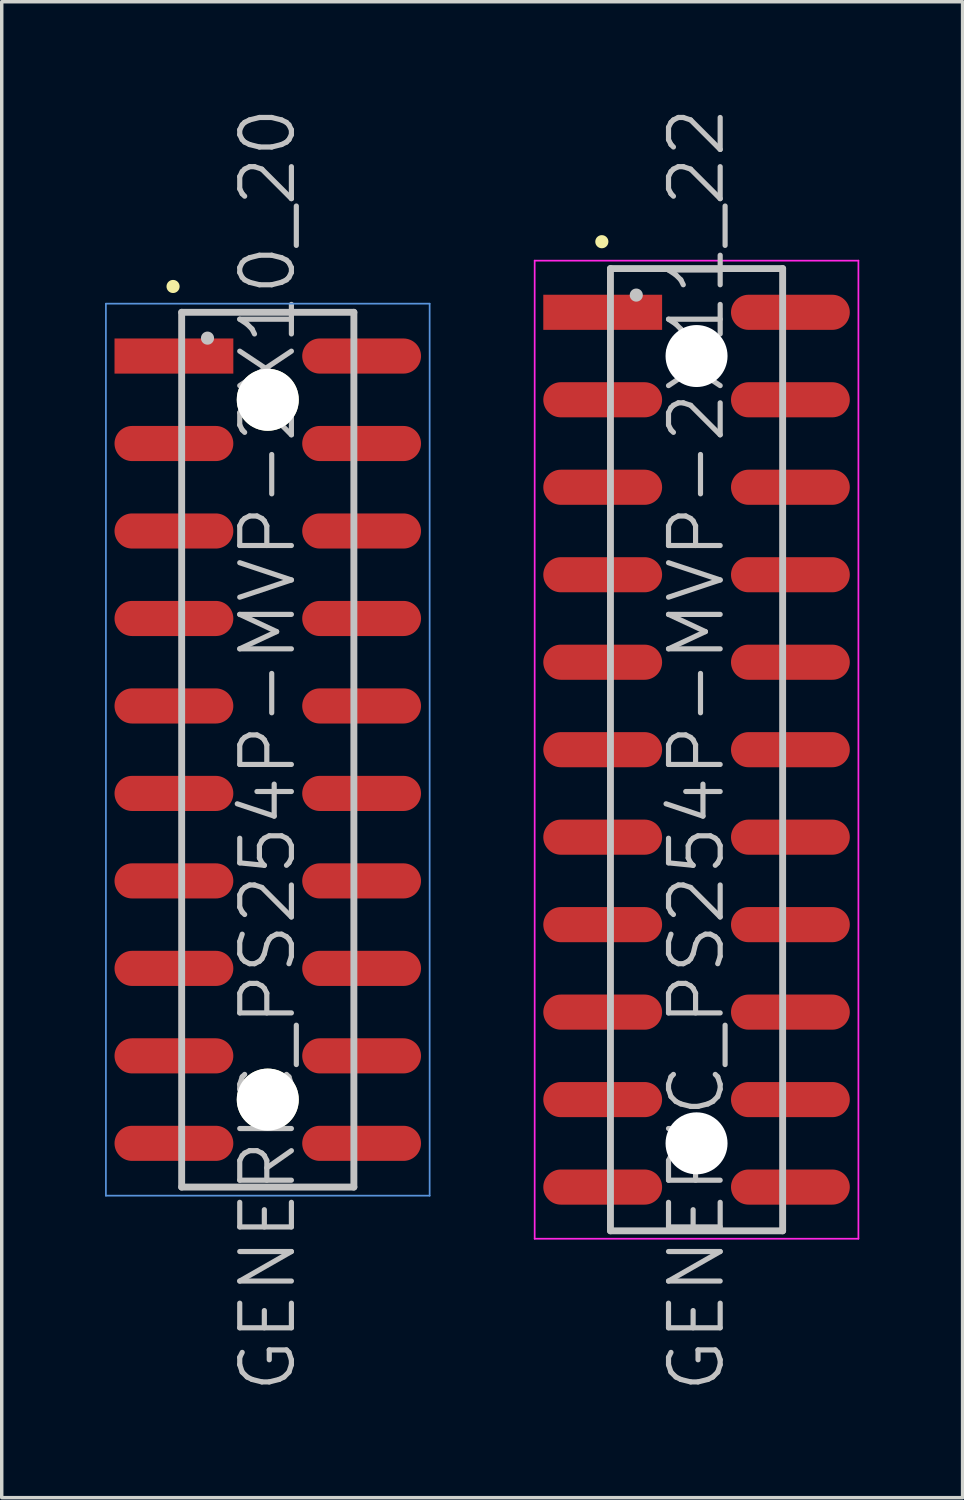
<source format=kicad_pcb>
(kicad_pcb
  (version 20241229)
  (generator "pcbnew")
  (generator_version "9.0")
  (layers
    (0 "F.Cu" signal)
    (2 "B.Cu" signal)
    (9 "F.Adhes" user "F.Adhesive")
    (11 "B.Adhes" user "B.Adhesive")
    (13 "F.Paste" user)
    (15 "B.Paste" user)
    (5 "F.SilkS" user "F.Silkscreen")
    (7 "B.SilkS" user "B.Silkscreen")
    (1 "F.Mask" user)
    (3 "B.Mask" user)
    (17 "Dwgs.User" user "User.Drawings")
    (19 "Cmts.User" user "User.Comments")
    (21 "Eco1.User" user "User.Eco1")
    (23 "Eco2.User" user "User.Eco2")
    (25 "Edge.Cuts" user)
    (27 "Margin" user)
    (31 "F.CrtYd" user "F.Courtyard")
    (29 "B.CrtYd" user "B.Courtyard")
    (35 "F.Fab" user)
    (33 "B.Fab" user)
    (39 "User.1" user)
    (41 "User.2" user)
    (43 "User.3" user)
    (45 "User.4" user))
  (footprint "GENERIC_PS254P-MVP-2X11_22"
    (layer "F.Cu")
    (at 17.175 18.718)
    (property "Reference" "GENERIC_PS254P-MVP-2X11_22" (at 0 0 90) (layer "Dwgs.User") (effects (font (size 1.5 1.5) (thickness 0.15))))
    (attr smd)
    (fp_line (start -2.75 -14.75) (end -2.75 -14.75) (stroke (width 0.381) (type solid)) (layer "F.SilkS"))
    (fp_line (start -2.5 -13.97) (end -2.5 13.97) (stroke (width 0.2) (type solid)) (layer "Dwgs.User"))
    (fp_line (start -2.5 -13.97) (end 2.5 -13.97) (stroke (width 0.2) (type solid)) (layer "Dwgs.User"))
    (fp_line (start -2.5 13.97) (end 2.5 13.97) (stroke (width 0.2) (type solid)) (layer "Dwgs.User"))
    (fp_line (start -1.75 -13.2) (end -1.75 -13.2) (stroke (width 0.381) (type solid)) (layer "Dwgs.User"))
    (fp_line (start 2.5 -13.97) (end 2.5 13.97) (stroke (width 0.2) (type solid)) (layer "Dwgs.User"))
    (fp_line (start -4.7 -14.2) (end -4.7 14.2) (stroke (width 0.05) (type solid)) (layer "F.CrtYd"))
    (fp_line (start -4.7 -14.2) (end 4.7 -14.2) (stroke (width 0.05) (type solid)) (layer "F.CrtYd"))
    (fp_line (start -4.7 14.2) (end 4.7 14.2) (stroke (width 0.05) (type solid)) (layer "F.CrtYd"))
    (fp_line (start 4.7 -14.2) (end 4.7 14.2) (stroke (width 0.05) (type solid)) (layer "F.CrtYd"))
    (pad "" np_thru_hole circle (at 0 -11.43 270) (size 1.8 1.8) (drill 1.8) (layers "*.Cu" "*.Mask"))
    (pad "" np_thru_hole circle (at 0 11.43 270) (size 1.8 1.8) (drill 1.8) (layers "*.Cu" "*.Mask"))
    (pad "1" smd rect (at -2.725 -12.7 270) (size 1.02 3.45) (layers "F.Cu" "F.Mask" "F.Paste"))
    (pad "2" smd oval (at 2.725 -12.7 270) (size 1.02 3.45) (layers "F.Cu" "F.Mask" "F.Paste"))
    (pad "3" smd oval (at -2.725 -10.16 270) (size 1.02 3.45) (layers "F.Cu" "F.Mask" "F.Paste"))
    (pad "4" smd oval (at 2.725 -10.16 270) (size 1.02 3.45) (layers "F.Cu" "F.Mask" "F.Paste"))
    (pad "5" smd oval (at -2.725 -7.62 270) (size 1.02 3.45) (layers "F.Cu" "F.Mask" "F.Paste"))
    (pad "6" smd oval (at 2.725 -7.62 270) (size 1.02 3.45) (layers "F.Cu" "F.Mask" "F.Paste"))
    (pad "7" smd oval (at -2.725 -5.08 270) (size 1.02 3.45) (layers "F.Cu" "F.Mask" "F.Paste"))
    (pad "8" smd oval (at 2.725 -5.08 270) (size 1.02 3.45) (layers "F.Cu" "F.Mask" "F.Paste"))
    (pad "9" smd oval (at -2.725 -2.54 270) (size 1.02 3.45) (layers "F.Cu" "F.Mask" "F.Paste"))
    (pad "10" smd oval (at 2.725 -2.54 270) (size 1.02 3.45) (layers "F.Cu" "F.Mask" "F.Paste"))
    (pad "11" smd oval (at -2.725 0 270) (size 1.02 3.45) (layers "F.Cu" "F.Mask" "F.Paste"))
    (pad "12" smd oval (at 2.725 0 270) (size 1.02 3.45) (layers "F.Cu" "F.Mask" "F.Paste"))
    (pad "13" smd oval (at -2.725 2.54 270) (size 1.02 3.45) (layers "F.Cu" "F.Mask" "F.Paste"))
    (pad "14" smd oval (at 2.725 2.54 270) (size 1.02 3.45) (layers "F.Cu" "F.Mask" "F.Paste"))
    (pad "15" smd oval (at -2.725 5.08 270) (size 1.02 3.45) (layers "F.Cu" "F.Mask" "F.Paste"))
    (pad "16" smd oval (at 2.725 5.08 270) (size 1.02 3.45) (layers "F.Cu" "F.Mask" "F.Paste"))
    (pad "17" smd oval (at -2.725 7.62 270) (size 1.02 3.45) (layers "F.Cu" "F.Mask" "F.Paste"))
    (pad "18" smd oval (at 2.725 7.62 270) (size 1.02 3.45) (layers "F.Cu" "F.Mask" "F.Paste"))
    (pad "19" smd oval (at -2.725 10.16 270) (size 1.02 3.45) (layers "F.Cu" "F.Mask" "F.Paste"))
    (pad "20" smd oval (at 2.725 10.16 270) (size 1.02 3.45) (layers "F.Cu" "F.Mask" "F.Paste"))
    (pad "21" smd oval (at -2.725 12.7 270) (size 1.02 3.45) (layers "F.Cu" "F.Mask" "F.Paste"))
    (pad "22" smd oval (at 2.725 12.7 270) (size 1.02 3.45) (layers "F.Cu" "F.Mask" "F.Paste")))
  (footprint "GENERIC_PS254P-MVP-2X10_20"
    (layer "F.Cu")
    (at 4.725 18.718)
    (property "Reference" "GENERIC_PS254P-MVP-2X10_20" (at 0 0 90) (layer "Dwgs.User") (effects (font (size 1.5 1.5) (thickness 0.15))))
    (attr smd)
    (fp_line (start -2.75 -13.45) (end -2.75 -13.45) (stroke (width 0.381) (type solid)) (layer "F.SilkS"))
    (fp_line (start -2.5 -12.7) (end -2.5 12.7) (stroke (width 0.2) (type solid)) (layer "Dwgs.User"))
    (fp_line (start -2.5 -12.7) (end 2.5 -12.7) (stroke (width 0.2) (type solid)) (layer "Dwgs.User"))
    (fp_line (start -2.5 12.7) (end 2.5 12.7) (stroke (width 0.2) (type solid)) (layer "Dwgs.User"))
    (fp_line (start -1.75 -11.95) (end -1.75 -11.95) (stroke (width 0.381) (type solid)) (layer "Dwgs.User"))
    (fp_line (start 2.5 -12.7) (end 2.5 12.7) (stroke (width 0.2) (type solid)) (layer "Dwgs.User"))
    (fp_line (start -4.7 -12.95) (end -4.7 12.95) (stroke (width 0.05) (type solid)) (layer "Cmts.User"))
    (fp_line (start -4.7 -12.95) (end 4.7 -12.95) (stroke (width 0.05) (type solid)) (layer "Cmts.User"))
    (fp_line (start -4.7 12.95) (end 4.7 12.95) (stroke (width 0.05) (type solid)) (layer "Cmts.User"))
    (fp_line (start 4.7 -12.95) (end 4.7 12.95) (stroke (width 0.05) (type solid)) (layer "Cmts.User"))
    (pad "" np_thru_hole circle (at 0 -10.16 270) (size 1.8 1.8) (drill 1.8) (layers "*.Cu" "*.Mask" "F.SilkS"))
    (pad "" np_thru_hole circle (at 0 10.16 270) (size 1.8 1.8) (drill 1.8) (layers "*.Cu" "*.Mask" "F.SilkS"))
    (pad "1" smd rect (at -2.725 -11.43 270) (size 1.02 3.45) (layers "F.Cu" "F.Mask" "F.Paste"))
    (pad "2" smd oval (at 2.725 -11.43 270) (size 1.02 3.45) (layers "F.Cu" "F.Mask" "F.Paste"))
    (pad "3" smd oval (at -2.725 -8.89 270) (size 1.02 3.45) (layers "F.Cu" "F.Mask" "F.Paste"))
    (pad "4" smd oval (at 2.725 -8.89 270) (size 1.02 3.45) (layers "F.Cu" "F.Mask" "F.Paste"))
    (pad "5" smd oval (at -2.725 -6.35 270) (size 1.02 3.45) (layers "F.Cu" "F.Mask" "F.Paste"))
    (pad "6" smd oval (at 2.725 -6.35 270) (size 1.02 3.45) (layers "F.Cu" "F.Mask" "F.Paste"))
    (pad "7" smd oval (at -2.725 -3.81 270) (size 1.02 3.45) (layers "F.Cu" "F.Mask" "F.Paste"))
    (pad "8" smd oval (at 2.725 -3.81 270) (size 1.02 3.45) (layers "F.Cu" "F.Mask" "F.Paste"))
    (pad "9" smd oval (at -2.725 -1.27 270) (size 1.02 3.45) (layers "F.Cu" "F.Mask" "F.Paste"))
    (pad "10" smd oval (at 2.725 -1.27 270) (size 1.02 3.45) (layers "F.Cu" "F.Mask" "F.Paste"))
    (pad "11" smd oval (at -2.725 1.27 270) (size 1.02 3.45) (layers "F.Cu" "F.Mask" "F.Paste"))
    (pad "12" smd oval (at 2.725 1.27 270) (size 1.02 3.45) (layers "F.Cu" "F.Mask" "F.Paste"))
    (pad "13" smd oval (at -2.725 3.81 270) (size 1.02 3.45) (layers "F.Cu" "F.Mask" "F.Paste"))
    (pad "14" smd oval (at 2.725 3.81 270) (size 1.02 3.45) (layers "F.Cu" "F.Mask" "F.Paste"))
    (pad "15" smd oval (at -2.725 6.35 270) (size 1.02 3.45) (layers "F.Cu" "F.Mask" "F.Paste"))
    (pad "16" smd oval (at 2.725 6.35 270) (size 1.02 3.45) (layers "F.Cu" "F.Mask" "F.Paste"))
    (pad "17" smd oval (at -2.725 8.89 270) (size 1.02 3.45) (layers "F.Cu" "F.Mask" "F.Paste"))
    (pad "18" smd oval (at 2.725 8.89 270) (size 1.02 3.45) (layers "F.Cu" "F.Mask" "F.Paste"))
    (pad "19" smd oval (at -2.725 11.43 270) (size 1.02 3.45) (layers "F.Cu" "F.Mask" "F.Paste"))
    (pad "20" smd oval (at 2.725 11.43 270) (size 1.02 3.45) (layers "F.Cu" "F.Mask" "F.Paste")))
  (gr_rect
    (start -3 -3)
    (end 24.9 40.436)
    (stroke (width 0.1) (type default))
    (fill no)
    (layer "Edge.Cuts")))
</source>
